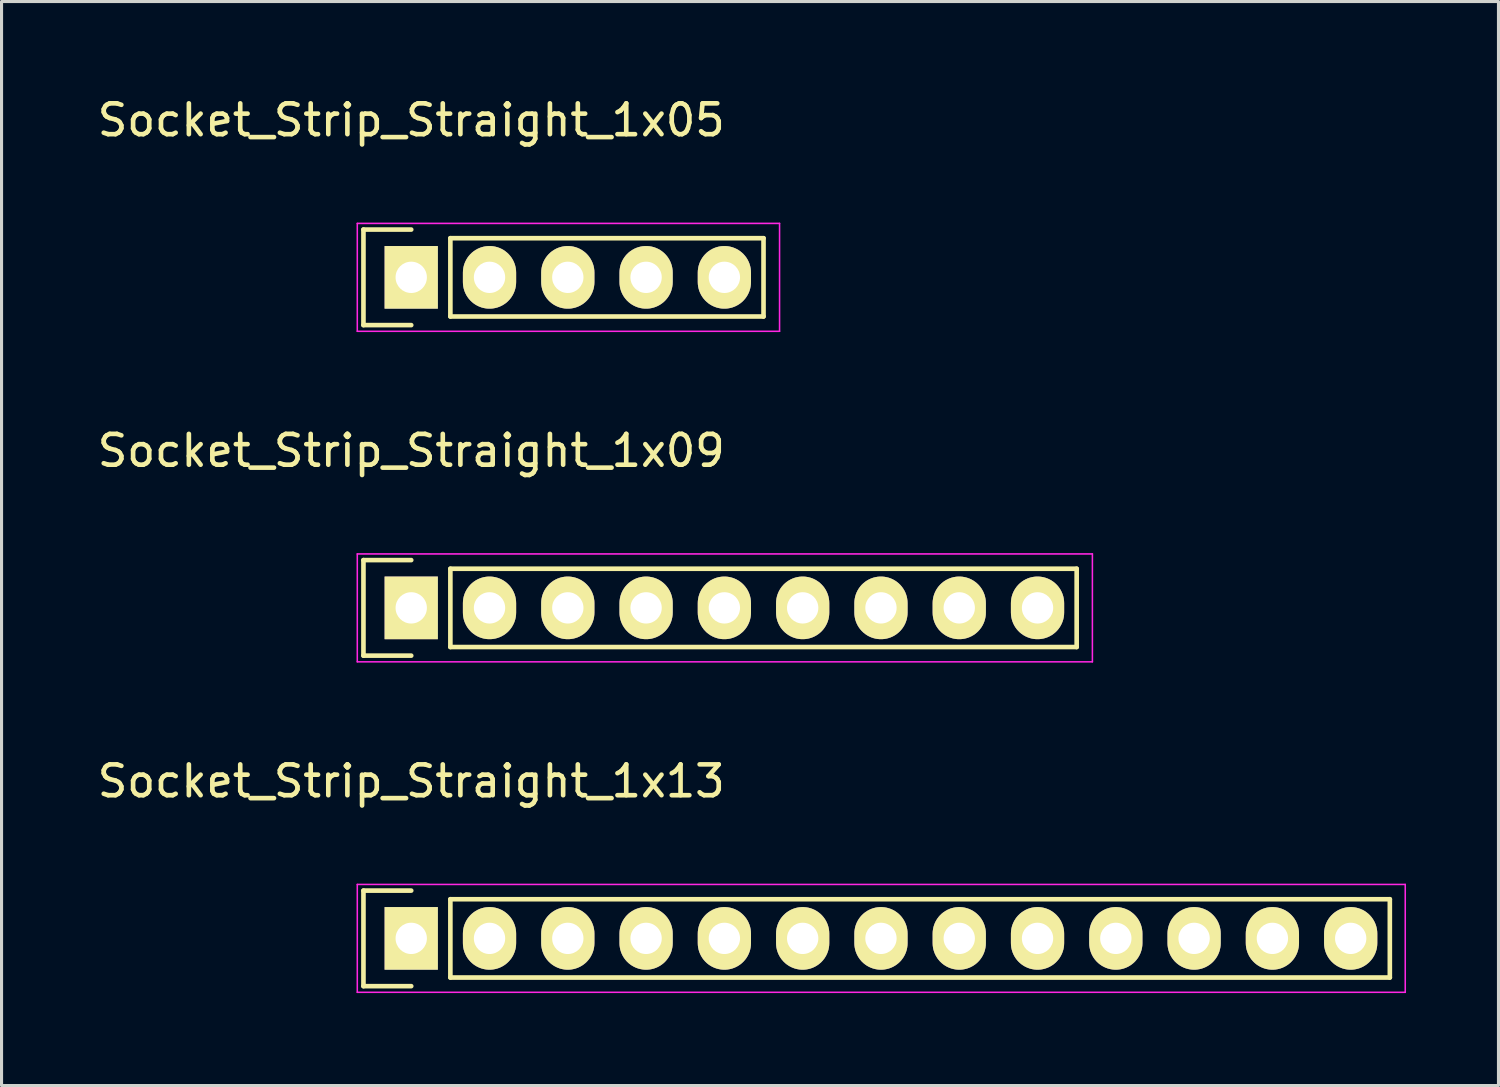
<source format=kicad_pcb>
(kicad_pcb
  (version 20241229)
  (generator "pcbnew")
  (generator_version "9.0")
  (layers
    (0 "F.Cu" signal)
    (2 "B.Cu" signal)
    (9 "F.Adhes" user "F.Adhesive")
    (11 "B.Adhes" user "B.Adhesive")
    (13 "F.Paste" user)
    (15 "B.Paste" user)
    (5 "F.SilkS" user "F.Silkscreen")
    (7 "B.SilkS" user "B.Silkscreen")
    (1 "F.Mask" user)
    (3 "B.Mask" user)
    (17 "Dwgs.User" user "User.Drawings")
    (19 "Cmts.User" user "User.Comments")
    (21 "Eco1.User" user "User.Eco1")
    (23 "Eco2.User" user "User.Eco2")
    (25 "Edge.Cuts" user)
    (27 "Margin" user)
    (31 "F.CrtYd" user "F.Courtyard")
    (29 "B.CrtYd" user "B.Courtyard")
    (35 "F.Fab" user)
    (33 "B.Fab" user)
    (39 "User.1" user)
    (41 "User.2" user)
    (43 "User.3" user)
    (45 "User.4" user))
  (footprint "Socket_Strip_Straight_1x09"
    (layer "F.Cu")
    (at 10.292 16.672)
    (property "Reference" "Socket_Strip_Straight_1x09" (at 0 -5.1 0) (layer "F.SilkS") (effects (font (size 1 1) (thickness 0.15))))
    (attr through_hole)
    (fp_line (start -1.55 -1.55) (end -1.55 1.55) (stroke (width 0.15) (type solid)) (layer "F.SilkS"))
    (fp_line (start -1.55 1.55) (end 0 1.55) (stroke (width 0.15) (type solid)) (layer "F.SilkS"))
    (fp_line (start 0 -1.55) (end -1.55 -1.55) (stroke (width 0.15) (type solid)) (layer "F.SilkS"))
    (fp_line (start 1.27 1.27) (end 1.27 -1.27) (stroke (width 0.15) (type solid)) (layer "F.SilkS"))
    (fp_line (start 1.27 1.27) (end 21.59 1.27) (stroke (width 0.15) (type solid)) (layer "F.SilkS"))
    (fp_line (start 21.59 -1.27) (end 1.27 -1.27) (stroke (width 0.15) (type solid)) (layer "F.SilkS"))
    (fp_line (start 21.59 1.27) (end 21.59 -1.27) (stroke (width 0.15) (type solid)) (layer "F.SilkS"))
    (fp_line (start -1.75 -1.75) (end -1.75 1.75) (stroke (width 0.05) (type solid)) (layer "F.CrtYd"))
    (fp_line (start -1.75 -1.75) (end 22.1 -1.75) (stroke (width 0.05) (type solid)) (layer "F.CrtYd"))
    (fp_line (start -1.75 1.75) (end 22.1 1.75) (stroke (width 0.05) (type solid)) (layer "F.CrtYd"))
    (fp_line (start 22.1 -1.75) (end 22.1 1.75) (stroke (width 0.05) (type solid)) (layer "F.CrtYd"))
    (pad "1" thru_hole rect (at 0 0) (size 1.727 2.032) (drill 1.016) (layers "*.Cu" "*.Mask" "F.SilkS"))
    (pad "2" thru_hole oval (at 2.54 0) (size 1.727 2.032) (drill 1.016) (layers "*.Cu" "*.Mask" "F.SilkS"))
    (pad "3" thru_hole oval (at 5.08 0) (size 1.727 2.032) (drill 1.016) (layers "*.Cu" "*.Mask" "F.SilkS"))
    (pad "4" thru_hole oval (at 7.62 0) (size 1.727 2.032) (drill 1.016) (layers "*.Cu" "*.Mask" "F.SilkS"))
    (pad "5" thru_hole oval (at 10.16 0) (size 1.727 2.032) (drill 1.016) (layers "*.Cu" "*.Mask" "F.SilkS"))
    (pad "6" thru_hole oval (at 12.7 0) (size 1.727 2.032) (drill 1.016) (layers "*.Cu" "*.Mask" "F.SilkS"))
    (pad "7" thru_hole oval (at 15.24 0) (size 1.727 2.032) (drill 1.016) (layers "*.Cu" "*.Mask" "F.SilkS"))
    (pad "8" thru_hole oval (at 17.78 0) (size 1.727 2.032) (drill 1.016) (layers "*.Cu" "*.Mask" "F.SilkS"))
    (pad "9" thru_hole oval (at 20.32 0) (size 1.727 2.032) (drill 1.016) (layers "*.Cu" "*.Mask" "F.SilkS")))
  (footprint "Socket_Strip_Straight_1x05"
    (layer "F.Cu")
    (at 10.292 5.948)
    (property "Reference" "Socket_Strip_Straight_1x05" (at 0 -5.1 0) (layer "F.SilkS") (effects (font (size 1 1) (thickness 0.15))))
    (attr through_hole)
    (fp_line (start -1.55 -1.55) (end -1.55 1.55) (stroke (width 0.15) (type solid)) (layer "F.SilkS"))
    (fp_line (start -1.55 1.55) (end 0 1.55) (stroke (width 0.15) (type solid)) (layer "F.SilkS"))
    (fp_line (start 0 -1.55) (end -1.55 -1.55) (stroke (width 0.15) (type solid)) (layer "F.SilkS"))
    (fp_line (start 1.27 1.27) (end 1.27 -1.27) (stroke (width 0.15) (type solid)) (layer "F.SilkS"))
    (fp_line (start 1.27 1.27) (end 11.43 1.27) (stroke (width 0.15) (type solid)) (layer "F.SilkS"))
    (fp_line (start 11.43 -1.27) (end 1.27 -1.27) (stroke (width 0.15) (type solid)) (layer "F.SilkS"))
    (fp_line (start 11.43 1.27) (end 11.43 -1.27) (stroke (width 0.15) (type solid)) (layer "F.SilkS"))
    (fp_line (start -1.75 -1.75) (end -1.75 1.75) (stroke (width 0.05) (type solid)) (layer "F.CrtYd"))
    (fp_line (start -1.75 -1.75) (end 11.95 -1.75) (stroke (width 0.05) (type solid)) (layer "F.CrtYd"))
    (fp_line (start -1.75 1.75) (end 11.95 1.75) (stroke (width 0.05) (type solid)) (layer "F.CrtYd"))
    (fp_line (start 11.95 -1.75) (end 11.95 1.75) (stroke (width 0.05) (type solid)) (layer "F.CrtYd"))
    (pad "1" thru_hole rect (at 0 0) (size 1.727 2.032) (drill 1.016) (layers "*.Cu" "*.Mask" "F.SilkS"))
    (pad "2" thru_hole oval (at 2.54 0) (size 1.727 2.032) (drill 1.016) (layers "*.Cu" "*.Mask" "F.SilkS"))
    (pad "3" thru_hole oval (at 5.08 0) (size 1.727 2.032) (drill 1.016) (layers "*.Cu" "*.Mask" "F.SilkS"))
    (pad "4" thru_hole oval (at 7.62 0) (size 1.727 2.032) (drill 1.016) (layers "*.Cu" "*.Mask" "F.SilkS"))
    (pad "5" thru_hole oval (at 10.16 0) (size 1.727 2.032) (drill 1.016) (layers "*.Cu" "*.Mask" "F.SilkS")))
  (footprint "Socket_Strip_Straight_1x13"
    (layer "F.Cu")
    (at 10.292 27.395)
    (property "Reference" "Socket_Strip_Straight_1x13" (at 0 -5.1 0) (layer "F.SilkS") (effects (font (size 1 1) (thickness 0.15))))
    (attr through_hole)
    (fp_line (start -1.55 -1.55) (end -1.55 1.55) (stroke (width 0.15) (type solid)) (layer "F.SilkS"))
    (fp_line (start -1.55 1.55) (end 0 1.55) (stroke (width 0.15) (type solid)) (layer "F.SilkS"))
    (fp_line (start 0 -1.55) (end -1.55 -1.55) (stroke (width 0.15) (type solid)) (layer "F.SilkS"))
    (fp_line (start 1.27 -1.27) (end 31.75 -1.27) (stroke (width 0.15) (type solid)) (layer "F.SilkS"))
    (fp_line (start 1.27 1.27) (end 1.27 -1.27) (stroke (width 0.15) (type solid)) (layer "F.SilkS"))
    (fp_line (start 31.75 -1.27) (end 31.75 1.27) (stroke (width 0.15) (type solid)) (layer "F.SilkS"))
    (fp_line (start 31.75 1.27) (end 1.27 1.27) (stroke (width 0.15) (type solid)) (layer "F.SilkS"))
    (fp_line (start -1.75 -1.75) (end -1.75 1.75) (stroke (width 0.05) (type solid)) (layer "F.CrtYd"))
    (fp_line (start -1.75 -1.75) (end 32.25 -1.75) (stroke (width 0.05) (type solid)) (layer "F.CrtYd"))
    (fp_line (start -1.75 1.75) (end 32.25 1.75) (stroke (width 0.05) (type solid)) (layer "F.CrtYd"))
    (fp_line (start 32.25 -1.75) (end 32.25 1.75) (stroke (width 0.05) (type solid)) (layer "F.CrtYd"))
    (pad "1" thru_hole rect (at 0 0) (size 1.727 2.032) (drill 1.016) (layers "*.Cu" "*.Mask" "F.SilkS"))
    (pad "2" thru_hole oval (at 2.54 0) (size 1.727 2.032) (drill 1.016) (layers "*.Cu" "*.Mask" "F.SilkS"))
    (pad "3" thru_hole oval (at 5.08 0) (size 1.727 2.032) (drill 1.016) (layers "*.Cu" "*.Mask" "F.SilkS"))
    (pad "4" thru_hole oval (at 7.62 0) (size 1.727 2.032) (drill 1.016) (layers "*.Cu" "*.Mask" "F.SilkS"))
    (pad "5" thru_hole oval (at 10.16 0) (size 1.727 2.032) (drill 1.016) (layers "*.Cu" "*.Mask" "F.SilkS"))
    (pad "6" thru_hole oval (at 12.7 0) (size 1.727 2.032) (drill 1.016) (layers "*.Cu" "*.Mask" "F.SilkS"))
    (pad "7" thru_hole oval (at 15.24 0) (size 1.727 2.032) (drill 1.016) (layers "*.Cu" "*.Mask" "F.SilkS"))
    (pad "8" thru_hole oval (at 17.78 0) (size 1.727 2.032) (drill 1.016) (layers "*.Cu" "*.Mask" "F.SilkS"))
    (pad "9" thru_hole oval (at 20.32 0) (size 1.727 2.032) (drill 1.016) (layers "*.Cu" "*.Mask" "F.SilkS"))
    (pad "10" thru_hole oval (at 22.86 0) (size 1.727 2.032) (drill 1.016) (layers "*.Cu" "*.Mask" "F.SilkS"))
    (pad "11" thru_hole oval (at 25.4 0) (size 1.727 2.032) (drill 1.016) (layers "*.Cu" "*.Mask" "F.SilkS"))
    (pad "12" thru_hole oval (at 27.94 0) (size 1.727 2.032) (drill 1.016) (layers "*.Cu" "*.Mask" "F.SilkS"))
    (pad "13" thru_hole oval (at 30.48 0) (size 1.727 2.032) (drill 1.016) (layers "*.Cu" "*.Mask" "F.SilkS")))
  (gr_rect
    (start -3 -3)
    (end 45.567 32.17)
    (stroke (width 0.1) (type default))
    (fill no)
    (layer "Edge.Cuts")))
</source>
